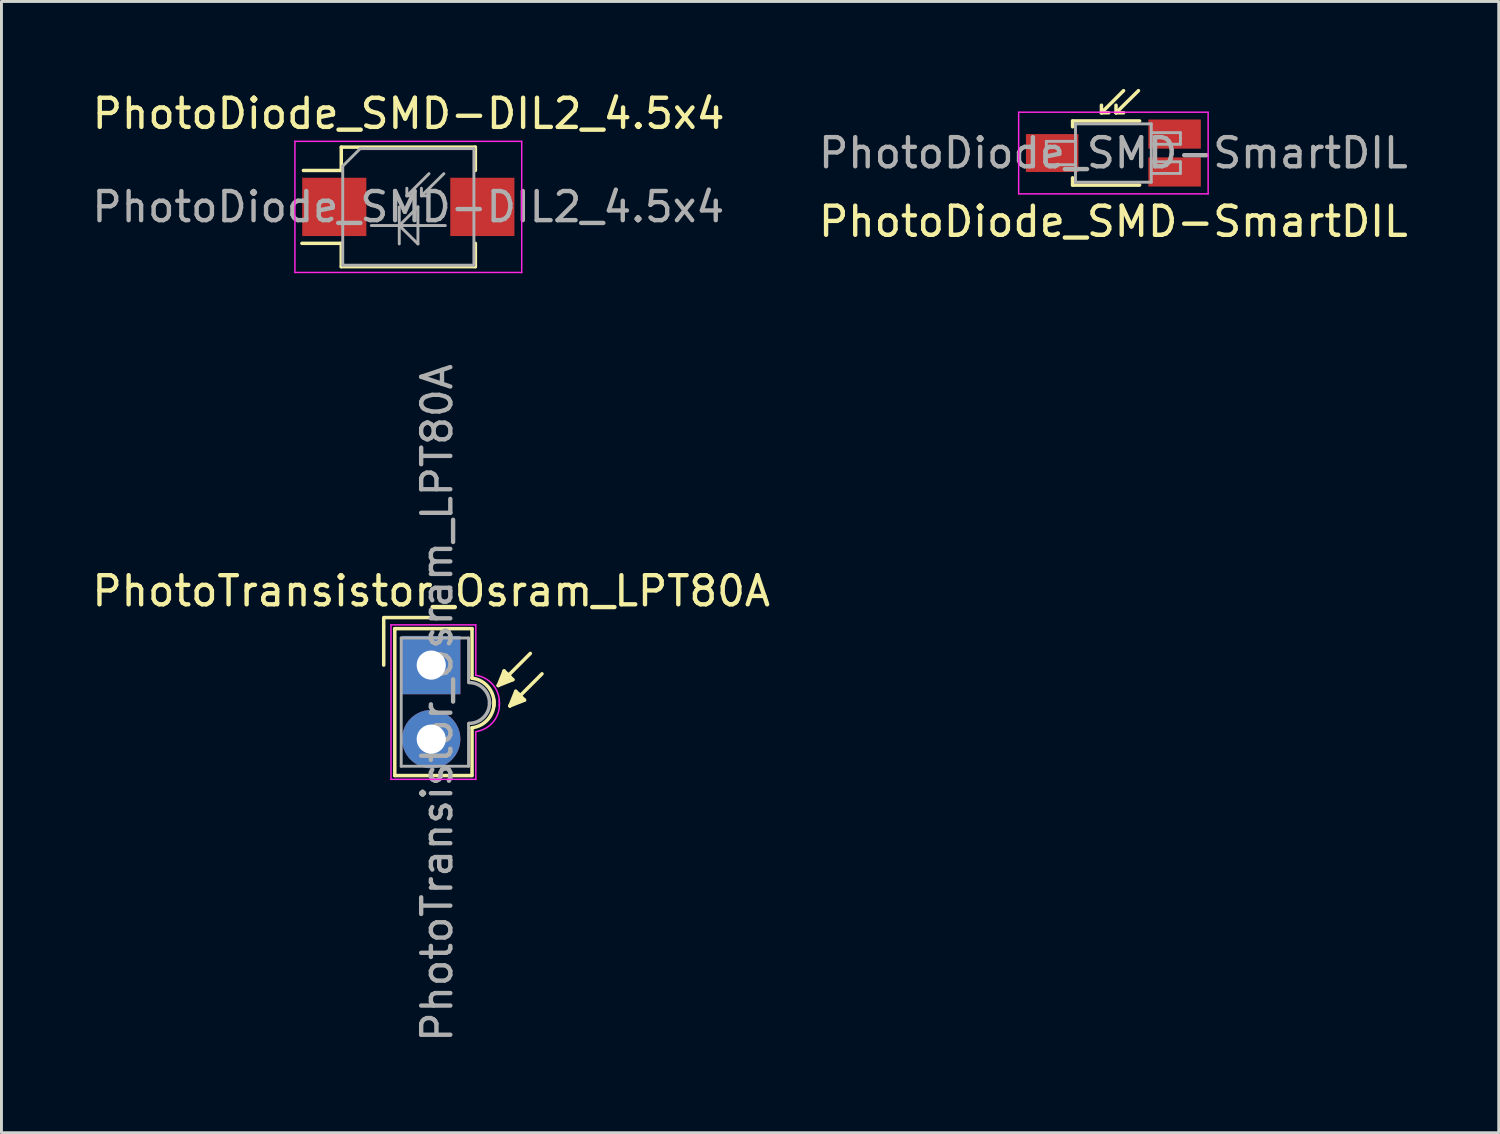
<source format=kicad_pcb>
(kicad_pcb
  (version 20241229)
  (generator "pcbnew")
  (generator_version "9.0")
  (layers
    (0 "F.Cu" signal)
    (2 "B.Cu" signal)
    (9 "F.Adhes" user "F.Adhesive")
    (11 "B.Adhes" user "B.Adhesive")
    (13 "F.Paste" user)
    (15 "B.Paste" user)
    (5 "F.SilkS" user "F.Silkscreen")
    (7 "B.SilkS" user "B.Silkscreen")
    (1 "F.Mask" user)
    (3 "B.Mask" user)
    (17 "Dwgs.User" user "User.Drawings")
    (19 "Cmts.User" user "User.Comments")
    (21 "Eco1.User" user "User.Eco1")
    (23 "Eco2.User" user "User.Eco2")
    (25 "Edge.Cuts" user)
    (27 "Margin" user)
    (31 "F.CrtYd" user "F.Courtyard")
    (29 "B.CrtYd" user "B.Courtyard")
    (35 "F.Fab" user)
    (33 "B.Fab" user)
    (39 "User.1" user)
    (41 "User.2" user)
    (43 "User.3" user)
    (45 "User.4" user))
  (footprint "PhotoDiode_SMD-SmartDIL"
    (layer "F.Cu")
    (at 35.147 2.2)
    (property "Reference" "PhotoDiode_SMD-SmartDIL" (at 0 2.35 0) (layer "F.SilkS") (effects (font (size 1 1) (thickness 0.15))))
    (attr smd)
    (fp_line (start -1.4 -1.1) (end -1.4 -0.9) (stroke (width 0.12) (type solid)) (layer "F.SilkS"))
    (fp_line (start -1.4 -1.1) (end 0.9 -1.1) (stroke (width 0.12) (type solid)) (layer "F.SilkS"))
    (fp_line (start -1.4 1.1) (end -1.4 0.85) (stroke (width 0.12) (type solid)) (layer "F.SilkS"))
    (fp_line (start -0.41 -1.38) (end -0.41 -1.64) (stroke (width 0.12) (type solid)) (layer "F.SilkS"))
    (fp_line (start -0.41 -1.38) (end -0.16 -1.38) (stroke (width 0.12) (type solid)) (layer "F.SilkS"))
    (fp_line (start 0.09 -1.38) (end 0.09 -1.64) (stroke (width 0.12) (type solid)) (layer "F.SilkS"))
    (fp_line (start 0.09 -1.38) (end 0.35 -1.38) (stroke (width 0.12) (type solid)) (layer "F.SilkS"))
    (fp_line (start 0.35 -2.14) (end -0.41 -1.38) (stroke (width 0.12) (type solid)) (layer "F.SilkS"))
    (fp_line (start 0.86 -2.14) (end 0.09 -1.38) (stroke (width 0.12) (type solid)) (layer "F.SilkS"))
    (fp_line (start 0.9 1.1) (end -1.4 1.1) (stroke (width 0.12) (type solid)) (layer "F.SilkS"))
    (fp_line (start -3.25 -1.4) (end -3.25 1.4) (stroke (width 0.05) (type solid)) (layer "F.CrtYd"))
    (fp_line (start -3.25 -1.4) (end 3.25 -1.4) (stroke (width 0.05) (type solid)) (layer "F.CrtYd"))
    (fp_line (start 3.25 1.4) (end -3.25 1.4) (stroke (width 0.05) (type solid)) (layer "F.CrtYd"))
    (fp_line (start 3.25 1.4) (end 3.25 -1.4) (stroke (width 0.05) (type solid)) (layer "F.CrtYd"))
    (fp_line (start -2.3 -0.4) (end -2.3 0.4) (stroke (width 0.1) (type solid)) (layer "F.Fab"))
    (fp_line (start -2.3 0.4) (end -1.35 0.4) (stroke (width 0.1) (type solid)) (layer "F.Fab"))
    (fp_line (start -1.3 -1) (end -1.3 1) (stroke (width 0.1) (type solid)) (layer "F.Fab"))
    (fp_line (start -1.3 -0.4) (end -2.3 -0.4) (stroke (width 0.1) (type solid)) (layer "F.Fab"))
    (fp_line (start -1.3 1) (end 1.3 1) (stroke (width 0.1) (type solid)) (layer "F.Fab"))
    (fp_line (start 1.3 -1) (end -1.3 -1) (stroke (width 0.1) (type solid)) (layer "F.Fab"))
    (fp_line (start 1.3 -0.7) (end 2.3 -0.7) (stroke (width 0.1) (type solid)) (layer "F.Fab"))
    (fp_line (start 1.3 0.3) (end 2.3 0.3) (stroke (width 0.1) (type solid)) (layer "F.Fab"))
    (fp_line (start 1.3 1) (end 1.3 -1) (stroke (width 0.1) (type solid)) (layer "F.Fab"))
    (fp_line (start 2.3 -0.7) (end 2.3 -0.3) (stroke (width 0.1) (type solid)) (layer "F.Fab"))
    (fp_line (start 2.3 -0.3) (end 1.3 -0.3) (stroke (width 0.1) (type solid)) (layer "F.Fab"))
    (fp_line (start 2.3 0.3) (end 2.3 0.7) (stroke (width 0.1) (type solid)) (layer "F.Fab"))
    (fp_line (start 2.3 0.7) (end 1.3 0.7) (stroke (width 0.1) (type solid)) (layer "F.Fab"))
    (fp_text user "${REFERENCE}" (at 0 0 0) (layer "F.Fab") (effects (font (size 1 1) (thickness 0.15))))
    (pad "1" smd rect (at -2.1 0 180) (size 1.8 1.3) (layers "F.Cu" "F.Mask" "F.Paste"))
    (pad "2" smd rect (at 2.1 -0.65 180) (size 1.8 1) (layers "F.Cu" "F.Mask" "F.Paste"))
    (pad "3" smd rect (at 2.1 0.65 180) (size 1.8 1) (layers "F.Cu" "F.Mask" "F.Paste")))
  (footprint "PhotoTransistor_Osram_LPT80A"
    (layer "F.Cu")
    (at 11.744 19.767)
    (property "Reference" "PhotoTransistor_Osram_LPT80A" (at 0 -2.54 0) (layer "F.SilkS") (effects (font (size 1 1) (thickness 0.15))))
    (attr through_hole)
    (fp_line (start -1.63 0) (end -1.63 -1.63) (stroke (width 0.12) (type solid)) (layer "F.SilkS"))
    (fp_line (start -1.6 -1.63) (end 0 -1.63) (stroke (width 0.12) (type solid)) (layer "F.SilkS"))
    (fp_line (start -1.25 -1.25) (end 1.4 -1.25) (stroke (width 0.12) (type solid)) (layer "F.SilkS"))
    (fp_line (start -1.25 3.79) (end -1.25 -1.25) (stroke (width 0.12) (type solid)) (layer "F.SilkS"))
    (fp_line (start 1.395 3.79) (end -1.25 3.79) (stroke (width 0.12) (type solid)) (layer "F.SilkS"))
    (fp_line (start 1.4 -1.25) (end 1.4 0.45) (stroke (width 0.12) (type solid)) (layer "F.SilkS"))
    (fp_line (start 1.4 2.15) (end 1.4 3.79) (stroke (width 0.12) (type solid)) (layer "F.SilkS"))
    (fp_line (start 2.3 0.7) (end 2.5 0.2) (stroke (width 0.12) (type solid)) (layer "F.SilkS"))
    (fp_line (start 2.4 0.5) (end 2.6 0.5) (stroke (width 0.12) (type solid)) (layer "F.SilkS"))
    (fp_line (start 2.5 0.2) (end 2.8 0.5) (stroke (width 0.12) (type solid)) (layer "F.SilkS"))
    (fp_line (start 2.6 0.3) (end 2.4 0.5) (stroke (width 0.12) (type solid)) (layer "F.SilkS"))
    (fp_line (start 2.6 0.5) (end 2.7 0.4) (stroke (width 0.12) (type solid)) (layer "F.SilkS"))
    (fp_line (start 2.7 1.4) (end 2.9 0.9) (stroke (width 0.12) (type solid)) (layer "F.SilkS"))
    (fp_line (start 2.7 1.4) (end 3.8 0.3) (stroke (width 0.12) (type solid)) (layer "F.SilkS"))
    (fp_line (start 2.8 0.5) (end 2.3 0.7) (stroke (width 0.12) (type solid)) (layer "F.SilkS"))
    (fp_line (start 2.8 1.2) (end 3 1) (stroke (width 0.12) (type solid)) (layer "F.SilkS"))
    (fp_line (start 2.9 0.9) (end 3.2 1.2) (stroke (width 0.12) (type solid)) (layer "F.SilkS"))
    (fp_line (start 3 1) (end 3.1 1.2) (stroke (width 0.12) (type solid)) (layer "F.SilkS"))
    (fp_line (start 3.1 1.2) (end 2.9 1.2) (stroke (width 0.12) (type solid)) (layer "F.SilkS"))
    (fp_line (start 3.2 1.2) (end 2.7 1.4) (stroke (width 0.12) (type solid)) (layer "F.SilkS"))
    (fp_line (start 3.4 -0.4) (end 2.3 0.7) (stroke (width 0.12) (type solid)) (layer "F.SilkS"))
    (fp_arc (start 1.4 0.45) (mid 1.971751 0.76967) (end 2.15 1.4) (stroke (width 0.12) (type solid)) (layer "F.SilkS"))
    (fp_arc (start 2.15 1.2) (mid 1.971751 1.83033) (end 1.4 2.15) (stroke (width 0.12) (type solid)) (layer "F.SilkS"))
    (fp_line (start -1.38 -1.38) (end 1.53 -1.38) (stroke (width 0.05) (type solid)) (layer "F.CrtYd"))
    (fp_line (start -1.38 3.92) (end -1.38 -1.38) (stroke (width 0.05) (type solid)) (layer "F.CrtYd"))
    (fp_line (start 1.53 -1.38) (end 1.53 0.35) (stroke (width 0.05) (type solid)) (layer "F.CrtYd"))
    (fp_line (start 1.53 2.28) (end 1.53 3.92) (stroke (width 0.05) (type solid)) (layer "F.CrtYd"))
    (fp_line (start 1.53 3.92) (end -1.38 3.92) (stroke (width 0.05) (type solid)) (layer "F.CrtYd"))
    (fp_arc (start 1.53 0.35) (mid 2.149533 0.714315) (end 2.33 1.41) (stroke (width 0.05) (type solid)) (layer "F.CrtYd"))
    (fp_arc (start 2.33 1.2) (mid 2.163675 1.901543) (end 1.55 2.28) (stroke (width 0.05) (type solid)) (layer "F.CrtYd"))
    (fp_line (start -1.03 -0.93) (end 1.28 -0.93) (stroke (width 0.1) (type solid)) (layer "F.Fab"))
    (fp_line (start -1.03 3.47) (end -1.03 -0.93) (stroke (width 0.1) (type solid)) (layer "F.Fab"))
    (fp_line (start 1.28 -0.93) (end 1.28 0.6) (stroke (width 0.1) (type solid)) (layer "F.Fab"))
    (fp_line (start 1.28 3.47) (end -1.03 3.47) (stroke (width 0.1) (type solid)) (layer "F.Fab"))
    (fp_line (start 1.28 3.47) (end 1.28 2) (stroke (width 0.1) (type solid)) (layer "F.Fab"))
    (fp_arc (start 1.3 0.6) (mid 1.794975 0.805025) (end 2 1.3) (stroke (width 0.12) (type solid)) (layer "F.Fab"))
    (fp_arc (start 2 1.3) (mid 1.794975 1.794975) (end 1.3 2) (stroke (width 0.12) (type solid)) (layer "F.Fab"))
    (fp_text user "${REFERENCE}" (at 0.2 1.3 90) (layer "F.Fab") (effects (font (size 1 1) (thickness 0.15))))
    (pad "1" thru_hole rect (at 0 0 180) (size 2 2) (drill 1) (layers "*.Cu" "*.Mask"))
    (pad "2" thru_hole circle (at 0 2.54 180) (size 2 2) (drill 1) (layers "*.Cu" "*.Mask")))
  (footprint "PhotoDiode_SMD-DIL2_4.5x4"
    (layer "F.Cu")
    (at 10.958 4.048)
    (property "Reference" "PhotoDiode_SMD-DIL2_4.5x4" (at 0.01 -3.2 0) (layer "F.SilkS") (effects (font (size 1 1) (thickness 0.15))))
    (attr smd)
    (fp_line (start -3.65 1.25) (end -2.3 1.25) (stroke (width 0.12) (type solid)) (layer "F.SilkS"))
    (fp_line (start -2.3 -2.05) (end -2.3 -1.25) (stroke (width 0.12) (type solid)) (layer "F.SilkS"))
    (fp_line (start -2.3 -1.25) (end -3.6 -1.25) (stroke (width 0.12) (type solid)) (layer "F.SilkS"))
    (fp_line (start -2.3 1.25) (end -2.3 2.05) (stroke (width 0.12) (type solid)) (layer "F.SilkS"))
    (fp_line (start -2.3 2.05) (end 2.3 2.05) (stroke (width 0.12) (type solid)) (layer "F.SilkS"))
    (fp_line (start 2.3 -2.05) (end -2.3 -2.05) (stroke (width 0.12) (type solid)) (layer "F.SilkS"))
    (fp_line (start 2.3 -1.25) (end 2.3 -2.05) (stroke (width 0.12) (type solid)) (layer "F.SilkS"))
    (fp_line (start 2.3 2.05) (end 2.3 1.25) (stroke (width 0.12) (type solid)) (layer "F.SilkS"))
    (fp_line (start -3.89 -2.25) (end -3.89 2.25) (stroke (width 0.05) (type solid)) (layer "F.CrtYd"))
    (fp_line (start -3.89 -2.25) (end 3.89 -2.25) (stroke (width 0.05) (type solid)) (layer "F.CrtYd"))
    (fp_line (start 3.89 2.25) (end -3.89 2.25) (stroke (width 0.05) (type solid)) (layer "F.CrtYd"))
    (fp_line (start 3.89 2.25) (end 3.89 -2.25) (stroke (width 0.05) (type solid)) (layer "F.CrtYd"))
    (fp_line (start -2.25 -1.4) (end -2.25 2) (stroke (width 0.1) (type solid)) (layer "F.Fab"))
    (fp_line (start -2.25 -1.4) (end -1.65 -2) (stroke (width 0.1) (type solid)) (layer "F.Fab"))
    (fp_line (start -1.65 -2) (end 2.25 -2) (stroke (width 0.1) (type solid)) (layer "F.Fab"))
    (fp_line (start -1.27 0.64) (end 1.27 0.64) (stroke (width 0.1) (type solid)) (layer "F.Fab"))
    (fp_line (start -0.31 0) (end -0.31 1.27) (stroke (width 0.1) (type solid)) (layer "F.Fab"))
    (fp_line (start -0.31 0.64) (end 0.33 0) (stroke (width 0.1) (type solid)) (layer "F.Fab"))
    (fp_line (start -0.05 -0.38) (end -0.05 -0.64) (stroke (width 0.1) (type solid)) (layer "F.Fab"))
    (fp_line (start -0.05 -0.38) (end 0.2 -0.38) (stroke (width 0.1) (type solid)) (layer "F.Fab"))
    (fp_line (start 0.33 0) (end 0.33 1.27) (stroke (width 0.1) (type solid)) (layer "F.Fab"))
    (fp_line (start 0.33 1.27) (end -0.31 0.64) (stroke (width 0.1) (type solid)) (layer "F.Fab"))
    (fp_line (start 0.45 -0.38) (end 0.45 -0.64) (stroke (width 0.1) (type solid)) (layer "F.Fab"))
    (fp_line (start 0.45 -0.38) (end 0.71 -0.38) (stroke (width 0.1) (type solid)) (layer "F.Fab"))
    (fp_line (start 0.71 -1.14) (end -0.05 -0.38) (stroke (width 0.1) (type solid)) (layer "F.Fab"))
    (fp_line (start 1.22 -1.14) (end 0.45 -0.38) (stroke (width 0.1) (type solid)) (layer "F.Fab"))
    (fp_line (start 2.25 -2) (end 2.25 2) (stroke (width 0.1) (type solid)) (layer "F.Fab"))
    (fp_line (start 2.25 2) (end -2.25 2) (stroke (width 0.1) (type solid)) (layer "F.Fab"))
    (fp_text user "${REFERENCE}" (at 0 0 0) (layer "F.Fab") (effects (font (size 1 1) (thickness 0.15))))
    (pad "1" smd rect (at -2.54 0 180) (size 2.2 2) (layers "F.Cu" "F.Mask" "F.Paste"))
    (pad "2" smd rect (at 2.54 0 180) (size 2.2 2) (layers "F.Cu" "F.Mask" "F.Paste")))
  (gr_rect
    (start -3 -3)
    (end 48.367 35.811)
    (stroke (width 0.1) (type default))
    (fill no)
    (layer "Edge.Cuts")))
</source>
